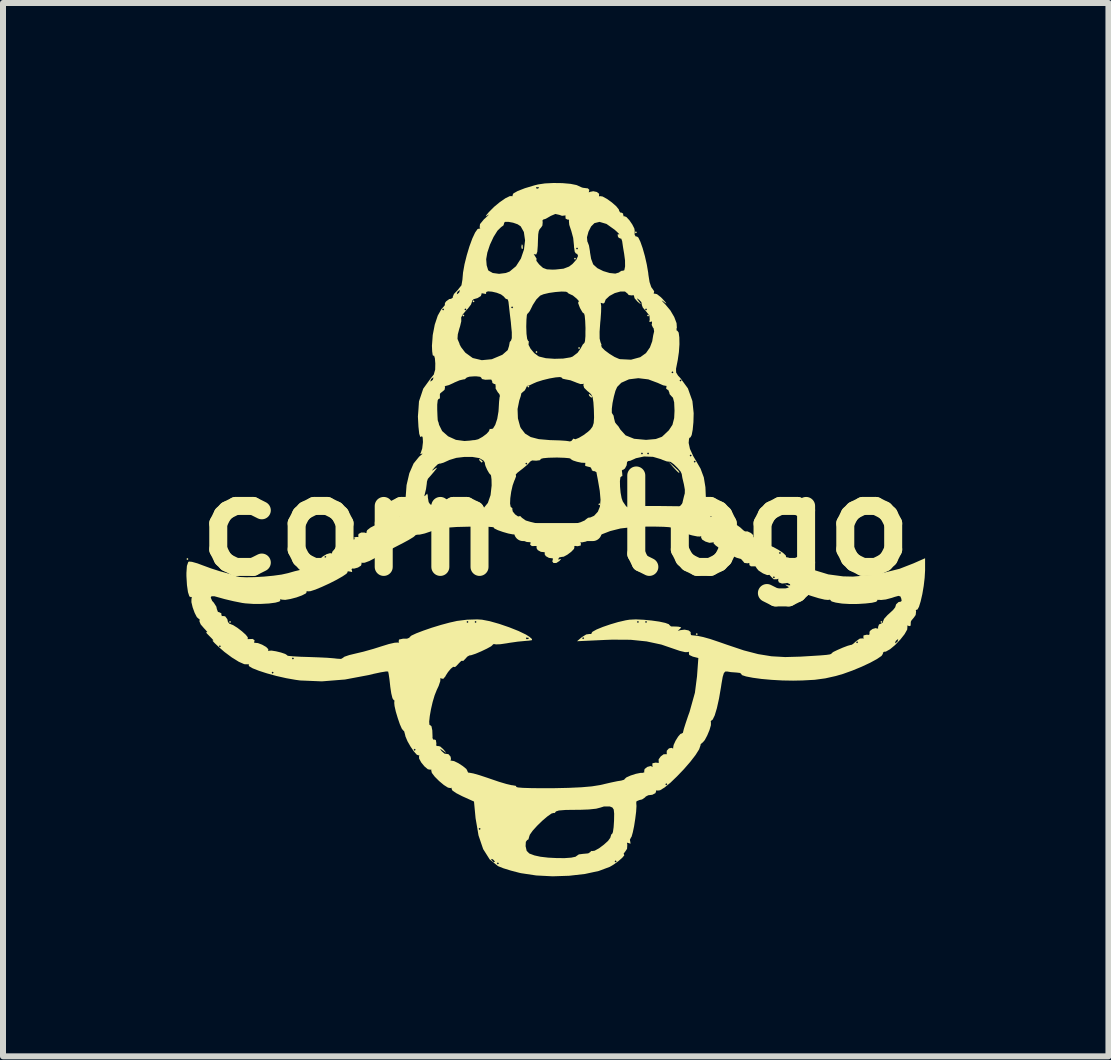
<source format=kicad_pcb>
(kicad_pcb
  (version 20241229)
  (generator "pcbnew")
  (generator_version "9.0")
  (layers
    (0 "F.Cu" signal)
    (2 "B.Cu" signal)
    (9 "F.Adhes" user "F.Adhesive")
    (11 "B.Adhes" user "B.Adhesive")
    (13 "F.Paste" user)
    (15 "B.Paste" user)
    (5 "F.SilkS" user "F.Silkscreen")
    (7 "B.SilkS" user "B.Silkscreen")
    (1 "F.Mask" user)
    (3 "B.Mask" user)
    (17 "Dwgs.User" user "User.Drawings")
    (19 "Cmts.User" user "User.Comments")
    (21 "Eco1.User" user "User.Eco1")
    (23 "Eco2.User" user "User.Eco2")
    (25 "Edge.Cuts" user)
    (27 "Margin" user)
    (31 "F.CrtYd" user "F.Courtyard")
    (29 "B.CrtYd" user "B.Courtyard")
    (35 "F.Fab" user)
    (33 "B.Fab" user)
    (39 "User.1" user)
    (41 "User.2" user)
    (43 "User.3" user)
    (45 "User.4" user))
  (footprint "corn-logo"
    (layer "F.Cu")
    (at 6.212 5.709)
    (property "Reference" "corn-logo" (at 0 0 0) (layer "F.SilkS") (effects (font (size 1.524 1.524) (thickness 0.3))))
    (attr board_only exclude_from_pos_files)
    (fp_poly (pts (xy -6.122 0.558) (xy -6.139 0.575) (xy -6.156 0.558) (xy -6.139 0.541)) (stroke (width 0) (type solid)) (fill yes) (layer "F.SilkS"))
    (fp_poly (pts (xy -5.411 1.607) (xy -5.428 1.623) (xy -5.445 1.607) (xy -5.428 1.59)) (stroke (width 0) (type solid)) (fill yes) (layer "F.SilkS"))
    (fp_poly (pts (xy -1.522 -3.501) (xy -1.539 -3.484) (xy -1.556 -3.501) (xy -1.539 -3.517)) (stroke (width 0) (type solid)) (fill yes) (layer "F.SilkS"))
    (fp_poly (pts (xy -1.353 -3.737) (xy -1.37 -3.72) (xy -1.387 -3.737) (xy -1.37 -3.754)) (stroke (width 0) (type solid)) (fill yes) (layer "F.SilkS"))
    (fp_poly (pts (xy -0.44 -2.317) (xy -0.457 -2.3) (xy -0.474 -2.317) (xy -0.457 -2.334)) (stroke (width 0) (type solid)) (fill yes) (layer "F.SilkS"))
    (fp_poly (pts (xy -0.304 -2.892) (xy -0.321 -2.875) (xy -0.338 -2.892) (xy -0.321 -2.909)) (stroke (width 0) (type solid)) (fill yes) (layer "F.SilkS"))
    (fp_poly (pts (xy 0.338 -4.448) (xy 0.321 -4.431) (xy 0.304 -4.448) (xy 0.321 -4.464)) (stroke (width 0) (type solid)) (fill yes) (layer "F.SilkS"))
    (fp_poly (pts (xy 0.406 -2.959) (xy 0.389 -2.942) (xy 0.372 -2.959) (xy 0.389 -2.976)) (stroke (width 0) (type solid)) (fill yes) (layer "F.SilkS"))
    (fp_poly (pts (xy 0.744 -0.355) (xy 0.727 -0.338) (xy 0.71 -0.355) (xy 0.727 -0.372)) (stroke (width 0) (type solid)) (fill yes) (layer "F.SilkS"))
    (fp_poly (pts (xy 1.353 -4.887) (xy 1.336 -4.87) (xy 1.319 -4.887) (xy 1.336 -4.904)) (stroke (width 0) (type solid)) (fill yes) (layer "F.SilkS"))
    (fp_poly (pts (xy 1.556 -3.501) (xy 1.539 -3.484) (xy 1.522 -3.501) (xy 1.539 -3.517)) (stroke (width 0) (type solid)) (fill yes) (layer "F.SilkS"))
    (fp_poly (pts (xy 2.368 1.809) (xy 2.351 1.826) (xy 2.334 1.809) (xy 2.351 1.793)) (stroke (width 0) (type solid)) (fill yes) (layer "F.SilkS"))
    (fp_poly (pts (xy 5.445 1.607) (xy 5.428 1.623) (xy 5.411 1.607) (xy 5.428 1.59)) (stroke (width 0) (type solid)) (fill yes) (layer "F.SilkS"))
    (fp_poly (pts (xy -0.552 -4.674) (xy -0.548 -4.621) (xy -0.555 -4.609) (xy -0.57 -4.619) (xy -0.572 -4.653) (xy -0.564 -4.689)) (stroke (width 0) (type solid)) (fill yes) (layer "F.SilkS"))
    (fp_poly (pts (xy -1.257 -1.102) (xy -1.221 -1.071) (xy -1.218 -1.063) (xy -1.234 -1.049) (xy -1.267 -1.081) (xy -1.272 -1.088) (xy -1.276 -1.111)) (stroke (width 0) (type solid)) (fill yes) (layer "F.SilkS"))
    (fp_poly (pts (xy 0.57 -2.185) (xy 0.606 -2.151) (xy 0.599 -2.131) (xy 0.594 -2.131) (xy 0.565 -2.155) (xy 0.555 -2.17) (xy 0.551 -2.193)) (stroke (width 0) (type solid)) (fill yes) (layer "F.SilkS"))
    (fp_poly (pts (xy 1.97 -0.983) (xy 2.041 -0.917) (xy 2.063 -0.885) (xy 2.052 -0.879) (xy 2.025 -0.902) (xy 1.972 -0.958) (xy 1.959 -0.972) (xy 1.877 -1.065)) (stroke (width 0) (type solid)) (fill yes) (layer "F.SilkS"))
    (fp_poly (pts (xy 0.111 -5.707) (xy 0.246 -5.695) (xy 0.346 -5.675) (xy 0.376 -5.662) (xy 0.437 -5.634) (xy 0.457 -5.629) (xy 0.521 -5.621) (xy 0.535 -5.62) (xy 0.561 -5.594) (xy 0.555 -5.575) (xy 0.551 -5.552) (xy 0.57 -5.561) (xy 0.626 -5.572) (xy 0.686 -5.559) (xy 0.724 -5.529) (xy 0.722 -5.505) (xy 0.721 -5.484) (xy 0.736 -5.491) (xy 0.781 -5.484) (xy 0.854 -5.444) (xy 0.936 -5.385) (xy 1.009 -5.321) (xy 1.052 -5.267) (xy 1.057 -5.247) (xy 1.074 -5.217) (xy 1.091 -5.217) (xy 1.123 -5.2) (xy 1.124 -5.181) (xy 1.133 -5.152) (xy 1.146 -5.155) (xy 1.179 -5.141) (xy 1.228 -5.088) (xy 1.276 -5.018) (xy 1.31 -4.951) (xy 1.316 -4.915) (xy 1.315 -4.846) (xy 1.336 -4.815) (xy 1.351 -4.819) (xy 1.377 -4.8) (xy 1.411 -4.73) (xy 1.449 -4.622) (xy 1.486 -4.491) (xy 1.518 -4.35) (xy 1.541 -4.215) (xy 1.545 -4.177) (xy 1.564 -4.058) (xy 1.592 -3.974) (xy 1.612 -3.947) (xy 1.641 -3.904) (xy 1.636 -3.882) (xy 1.634 -3.861) (xy 1.647 -3.866) (xy 1.688 -3.856) (xy 1.751 -3.807) (xy 1.779 -3.779) (xy 1.834 -3.717) (xy 1.844 -3.699) (xy 1.81 -3.722) (xy 1.793 -3.736) (xy 1.766 -3.752) (xy 1.786 -3.727) (xy 1.83 -3.682) (xy 1.911 -3.585) (xy 1.975 -3.476) (xy 2.014 -3.373) (xy 2.019 -3.296) (xy 2.013 -3.281) (xy 2.015 -3.25) (xy 2.027 -3.247) (xy 2.049 -3.216) (xy 2.06 -3.135) (xy 2.062 -3.021) (xy 2.053 -2.891) (xy 2.034 -2.76) (xy 2.025 -2.714) (xy 2.005 -2.613) (xy 2.007 -2.551) (xy 2.038 -2.5) (xy 2.077 -2.458) (xy 2.203 -2.286) (xy 2.278 -2.075) (xy 2.299 -1.873) (xy 2.295 -1.724) (xy 2.283 -1.598) (xy 2.266 -1.508) (xy 2.245 -1.468) (xy 2.237 -1.469) (xy 2.222 -1.449) (xy 2.216 -1.383) (xy 2.216 -1.375) (xy 2.237 -1.278) (xy 2.292 -1.157) (xy 2.326 -1.1) (xy 2.414 -0.948) (xy 2.468 -0.803) (xy 2.495 -0.639) (xy 2.503 -0.448) (xy 2.505 -0.318) (xy 2.515 -0.242) (xy 2.535 -0.209) (xy 2.556 -0.203) (xy 2.59 -0.185) (xy 2.584 -0.164) (xy 2.58 -0.141) (xy 2.599 -0.149) (xy 2.655 -0.161) (xy 2.716 -0.147) (xy 2.753 -0.118) (xy 2.752 -0.094) (xy 2.75 -0.073) (xy 2.765 -0.079) (xy 2.817 -0.089) (xy 2.87 -0.074) (xy 2.895 -0.045) (xy 2.892 -0.033) (xy 2.904 -0.019) (xy 2.939 -0.023) (xy 3.014 -0.012) (xy 3.075 0.031) (xy 3.127 0.079) (xy 3.154 0.097) (xy 3.198 0.098) (xy 3.253 0.124) (xy 3.291 0.159) (xy 3.293 0.177) (xy 3.291 0.197) (xy 3.308 0.19) (xy 3.359 0.189) (xy 3.423 0.218) (xy 3.478 0.262) (xy 3.498 0.305) (xy 3.495 0.313) (xy 3.495 0.333) (xy 3.511 0.325) (xy 3.554 0.329) (xy 3.628 0.359) (xy 3.712 0.405) (xy 3.788 0.455) (xy 3.834 0.498) (xy 3.839 0.518) (xy 3.838 0.529) (xy 3.842 0.527) (xy 3.879 0.535) (xy 3.959 0.569) (xy 4.064 0.623) (xy 4.074 0.628) (xy 4.314 0.744) (xy 4.543 0.814) (xy 4.789 0.847) (xy 4.953 0.851) (xy 5.342 0.818) (xy 5.73 0.721) (xy 5.961 0.631) (xy 6.156 0.545) (xy 6.156 0.748) (xy 6.149 0.87) (xy 6.133 1.007) (xy 6.11 1.143) (xy 6.082 1.264) (xy 6.054 1.355) (xy 6.028 1.401) (xy 6.018 1.402) (xy 6.001 1.409) (xy 6.006 1.431) (xy 5.999 1.491) (xy 5.97 1.533) (xy 5.928 1.583) (xy 5.918 1.605) (xy 5.915 1.669) (xy 5.891 1.677) (xy 5.88 1.671) (xy 5.856 1.667) (xy 5.862 1.682) (xy 5.858 1.733) (xy 5.814 1.811) (xy 5.743 1.901) (xy 5.658 1.99) (xy 5.573 2.061) (xy 5.502 2.101) (xy 5.471 2.104) (xy 5.452 2.122) (xy 5.454 2.136) (xy 5.43 2.173) (xy 5.354 2.225) (xy 5.24 2.287) (xy 5.099 2.353) (xy 4.944 2.417) (xy 4.788 2.473) (xy 4.667 2.508) (xy 4.493 2.547) (xy 4.316 2.571) (xy 4.11 2.582) (xy 3.957 2.585) (xy 3.78 2.582) (xy 3.601 2.572) (xy 3.432 2.557) (xy 3.285 2.537) (xy 3.172 2.515) (xy 3.104 2.493) (xy 3.092 2.474) (xy 3.073 2.457) (xy 3.015 2.45) (xy 2.92 2.443) (xy 2.86 2.433) (xy 2.827 2.433) (xy 2.803 2.458) (xy 2.783 2.522) (xy 2.763 2.636) (xy 2.755 2.689) (xy 2.722 2.882) (xy 2.686 3.044) (xy 2.65 3.164) (xy 2.616 3.234) (xy 2.597 3.247) (xy 2.582 3.268) (xy 2.587 3.28) (xy 2.586 3.328) (xy 2.563 3.408) (xy 2.525 3.499) (xy 2.484 3.576) (xy 2.449 3.617) (xy 2.443 3.619) (xy 2.415 3.646) (xy 2.413 3.664) (xy 2.39 3.73) (xy 2.33 3.825) (xy 2.242 3.939) (xy 2.136 4.061) (xy 2.022 4.18) (xy 1.912 4.286) (xy 1.814 4.366) (xy 1.739 4.412) (xy 1.704 4.417) (xy 1.67 4.415) (xy 1.673 4.429) (xy 1.662 4.46) (xy 1.61 4.487) (xy 1.543 4.495) (xy 1.543 4.495) (xy 1.5 4.517) (xy 1.489 4.531) (xy 1.439 4.565) (xy 1.396 4.575) (xy 1.347 4.595) (xy 1.342 4.62) (xy 1.346 4.675) (xy 1.34 4.772) (xy 1.325 4.89) (xy 1.306 5.012) (xy 1.284 5.116) (xy 1.264 5.186) (xy 1.253 5.202) (xy 1.236 5.237) (xy 1.242 5.267) (xy 1.247 5.303) (xy 1.218 5.293) (xy 1.187 5.285) (xy 1.193 5.32) (xy 1.189 5.387) (xy 1.163 5.427) (xy 1.132 5.468) (xy 1.136 5.479) (xy 1.143 5.496) (xy 1.108 5.538) (xy 1.044 5.594) (xy 0.966 5.65) (xy 0.902 5.688) (xy 0.718 5.757) (xy 0.487 5.807) (xy 0.224 5.837) (xy -0.052 5.846) (xy -0.325 5.832) (xy -0.578 5.794) (xy -0.609 5.787) (xy -0.747 5.751) (xy -0.873 5.712) (xy -0.96 5.677) (xy -0.964 5.675) (xy -1.018 5.631) (xy -0.981 5.631) (xy -0.964 5.648) (xy -0.947 5.631) (xy -0.964 5.614) (xy -0.981 5.631) (xy -1.018 5.631) (xy -1.101 5.564) (xy -1.106 5.556) (xy -1.077 5.556) (xy -1.069 5.575) (xy -1.035 5.612) (xy -1.015 5.604) (xy -1.015 5.599) (xy -1.016 5.597) (xy 0.981 5.597) (xy 0.998 5.614) (xy 1.015 5.597) (xy 0.998 5.581) (xy 0.981 5.597) (xy -1.016 5.597) (xy -1.039 5.571) (xy -1.054 5.56) (xy -1.077 5.556) (xy -1.106 5.556) (xy -1.209 5.393) (xy -1.226 5.344) (xy -0.502 5.344) (xy -0.501 5.349) (xy -0.484 5.422) (xy -0.44 5.466) (xy -0.355 5.498) (xy -0.254 5.52) (xy -0.125 5.535) (xy 0.015 5.542) (xy 0.148 5.543) (xy 0.259 5.535) (xy 0.33 5.52) (xy 0.346 5.508) (xy 0.385 5.481) (xy 0.462 5.471) (xy 0.467 5.471) (xy 0.541 5.464) (xy 0.575 5.443) (xy 0.575 5.441) (xy 0.595 5.422) (xy 0.605 5.426) (xy 0.649 5.419) (xy 0.722 5.379) (xy 0.802 5.319) (xy 0.872 5.256) (xy 0.91 5.203) (xy 0.913 5.191) (xy 0.927 5.146) (xy 0.939 5.141) (xy 0.953 5.11) (xy 0.965 5.029) (xy 0.972 4.921) (xy 0.974 4.802) (xy 0.967 4.734) (xy 0.945 4.7) (xy 0.904 4.683) (xy 0.898 4.682) (xy 0.804 4.682) (xy 0.744 4.701) (xy 0.675 4.719) (xy 0.553 4.732) (xy 0.396 4.738) (xy 0.335 4.738) (xy 0.166 4.74) (xy 0.053 4.749) (xy 0.003 4.765) (xy 0 4.771) (xy -0.019 4.793) (xy -0.029 4.789) (xy -0.069 4.799) (xy -0.139 4.848) (xy -0.225 4.921) (xy -0.311 5.005) (xy -0.385 5.087) (xy -0.431 5.152) (xy -0.44 5.178) (xy -0.455 5.231) (xy -0.476 5.242) (xy -0.498 5.272) (xy -0.502 5.344) (xy -1.226 5.344) (xy -1.287 5.164) (xy -1.305 5.056) (xy -1.285 5.056) (xy -1.268 5.073) (xy -1.251 5.056) (xy -1.268 5.039) (xy -1.285 5.056) (xy -1.305 5.056) (xy -1.336 4.877) (xy -1.339 4.845) (xy -1.362 4.6) (xy -1.559 4.511) (xy -1.66 4.459) (xy -1.723 4.415) (xy -1.736 4.387) (xy -1.736 4.369) (xy -1.753 4.376) (xy -1.796 4.368) (xy -1.865 4.324) (xy -1.944 4.258) (xy -2.016 4.186) (xy -2.065 4.122) (xy -2.074 4.083) (xy -2.075 4.064) (xy -2.089 4.07) (xy -2.131 4.062) (xy -2.188 4.014) (xy -2.242 3.948) (xy -2.277 3.883) (xy -2.278 3.844) (xy -2.273 3.823) (xy -2.284 3.831) (xy -2.315 3.82) (xy -2.364 3.765) (xy -2.383 3.737) (xy -2.368 3.737) (xy -2.351 3.754) (xy -2.334 3.737) (xy -2.351 3.72) (xy -2.368 3.737) (xy -2.383 3.737) (xy -2.419 3.685) (xy -2.47 3.596) (xy -2.504 3.516) (xy -2.512 3.48) (xy -2.527 3.427) (xy -2.541 3.416) (xy -2.565 3.386) (xy -2.598 3.311) (xy -2.633 3.209) (xy -2.665 3.102) (xy -2.686 3.009) (xy -2.692 2.951) (xy -2.689 2.943) (xy -2.69 2.911) (xy -2.701 2.909) (xy -2.721 2.878) (xy -2.741 2.797) (xy -2.758 2.683) (xy -2.758 2.68) (xy -2.771 2.563) (xy -2.784 2.474) (xy -2.793 2.433) (xy -2.828 2.432) (xy -2.914 2.446) (xy -3.036 2.472) (xy -3.118 2.492) (xy -3.511 2.566) (xy -3.898 2.597) (xy -4.26 2.582) (xy -4.333 2.572) (xy -4.492 2.544) (xy -4.656 2.507) (xy -4.812 2.464) (xy -4.85 2.452) (xy -4.735 2.452) (xy -4.718 2.469) (xy -4.701 2.452) (xy -4.718 2.435) (xy -4.735 2.452) (xy -4.85 2.452) (xy -4.948 2.42) (xy -5.052 2.379) (xy -5.111 2.344) (xy -5.118 2.324) (xy -5.118 2.306) (xy -5.135 2.313) (xy -5.19 2.311) (xy -5.281 2.271) (xy -5.371 2.215) (xy -4.397 2.215) (xy -4.38 2.232) (xy -4.363 2.215) (xy -4.38 2.198) (xy -4.397 2.215) (xy -5.371 2.215) (xy -5.396 2.2) (xy -5.521 2.107) (xy -5.614 2.026) (xy -5.629 2.012) (xy -5.614 2.012) (xy -5.597 2.029) (xy -5.581 2.012) (xy -5.597 1.995) (xy -5.614 2.012) (xy -5.629 2.012) (xy -5.685 1.959) (xy -5.72 1.92) (xy -5.715 1.916) (xy -5.704 1.914) (xy -5.737 1.877) (xy -5.765 1.849) (xy -5.816 1.797) (xy -5.828 1.775) (xy -5.817 1.778) (xy -5.806 1.775) (xy -5.839 1.736) (xy -5.861 1.713) (xy -5.917 1.648) (xy -5.938 1.598) (xy -5.936 1.589) (xy -5.937 1.558) (xy -5.948 1.556) (xy -5.981 1.527) (xy -6.018 1.455) (xy -6.051 1.364) (xy -6.072 1.277) (xy -6.071 1.219) (xy -6.069 1.215) (xy -6.066 1.2) (xy -5.75 1.2) (xy -5.726 1.256) (xy -5.699 1.285) (xy -5.656 1.352) (xy -5.648 1.391) (xy -5.63 1.439) (xy -5.606 1.446) (xy -5.573 1.463) (xy -5.573 1.482) (xy -5.564 1.511) (xy -5.55 1.507) (xy -5.509 1.513) (xy -5.473 1.561) (xy -5.463 1.607) (xy -5.436 1.639) (xy -5.427 1.64) (xy -5.378 1.659) (xy -5.306 1.704) (xy -5.229 1.763) (xy -5.165 1.821) (xy -5.132 1.863) (xy -5.133 1.875) (xy -5.134 1.894) (xy -5.124 1.893) (xy -5.052 1.89) (xy -5.019 1.911) (xy -5.023 1.929) (xy -5.026 1.955) (xy -5.017 1.954) (xy -4.963 1.959) (xy -4.892 1.986) (xy -4.826 2.024) (xy -4.791 2.06) (xy -4.791 2.072) (xy -4.792 2.092) (xy -4.78 2.087) (xy -4.737 2.084) (xy -4.662 2.096) (xy -4.579 2.116) (xy -4.509 2.14) (xy -4.476 2.161) (xy -4.477 2.166) (xy -4.452 2.173) (xy -4.372 2.18) (xy -4.25 2.187) (xy -4.115 2.191) (xy -3.952 2.197) (xy -3.806 2.204) (xy -3.695 2.213) (xy -3.644 2.219) (xy -3.578 2.223) (xy -3.551 2.208) (xy -3.521 2.186) (xy -3.442 2.159) (xy -3.347 2.136) (xy -3.204 2.102) (xy -3.037 2.055) (xy -2.901 2.012) (xy -2.781 1.975) (xy -2.685 1.953) (xy -2.631 1.95) (xy -2.627 1.951) (xy -2.61 1.95) (xy -2.618 1.933) (xy -2.612 1.9) (xy -2.542 1.885) (xy -2.477 1.885) (xy -2.443 1.871) (xy -0.496 1.871) (xy -0.491 1.892) (xy -0.474 1.894) (xy -0.446 1.882) (xy -0.451 1.871) (xy -0.491 1.867) (xy -0.496 1.871) (xy -2.443 1.871) (xy -2.438 1.869) (xy -2.435 1.86) (xy -2.405 1.834) (xy -2.323 1.796) (xy -2.205 1.751) (xy -2.063 1.702) (xy -1.912 1.656) (xy -1.767 1.617) (xy -1.721 1.607) (xy -1.488 1.607) (xy -1.471 1.623) (xy -1.454 1.607) (xy -1.353 1.607) (xy -1.336 1.623) (xy -1.319 1.607) (xy -1.336 1.59) (xy -1.353 1.607) (xy -1.454 1.607) (xy -1.471 1.59) (xy -1.488 1.607) (xy -1.721 1.607) (xy -1.646 1.59) (xy -1.477 1.569) (xy -1.308 1.564) (xy -1.229 1.569) (xy -1.1 1.594) (xy -0.941 1.639) (xy -0.775 1.696) (xy -0.619 1.758) (xy -0.495 1.818) (xy -0.437 1.855) (xy -0.395 1.892) (xy -0.397 1.911) (xy -0.453 1.919) (xy -0.507 1.923) (xy -0.632 1.935) (xy -0.773 1.955) (xy -0.819 1.963) (xy -0.922 1.978) (xy -0.997 1.981) (xy -1.018 1.976) (xy -1.047 1.979) (xy -1.048 1.987) (xy -1.077 2.013) (xy -1.148 2.052) (xy -1.24 2.096) (xy -1.334 2.136) (xy -1.409 2.161) (xy -1.439 2.165) (xy -1.474 2.185) (xy -1.507 2.222) (xy -1.543 2.258) (xy -1.555 2.254) (xy -1.574 2.256) (xy -1.618 2.299) (xy -1.622 2.305) (xy -1.668 2.352) (xy -1.69 2.359) (xy -1.69 2.358) (xy -1.708 2.354) (xy -1.749 2.387) (xy -1.795 2.442) (xy -1.832 2.499) (xy -1.838 2.513) (xy -1.874 2.555) (xy -1.902 2.55) (xy -1.928 2.542) (xy -1.922 2.551) (xy -1.924 2.593) (xy -1.951 2.673) (xy -1.983 2.741) (xy -2.018 2.829) (xy -2.051 2.94) (xy -2.079 3.061) (xy -2.099 3.175) (xy -2.109 3.267) (xy -2.105 3.321) (xy -2.091 3.328) (xy -2.071 3.345) (xy -2.057 3.413) (xy -2.053 3.518) (xy -2.054 3.542) (xy -2.038 3.57) (xy -2.025 3.566) (xy -1.998 3.575) (xy -1.989 3.63) (xy -1.992 3.664) (xy -1.977 3.677) (xy -1.967 3.673) (xy -1.926 3.682) (xy -1.873 3.729) (xy -1.831 3.78) (xy -1.834 3.785) (xy -1.877 3.754) (xy -1.923 3.721) (xy -1.921 3.733) (xy -1.899 3.762) (xy -1.852 3.802) (xy -1.826 3.805) (xy -1.787 3.811) (xy -1.752 3.852) (xy -1.745 3.896) (xy -1.751 3.904) (xy -1.752 3.92) (xy -1.742 3.918) (xy -1.694 3.926) (xy -1.622 3.961) (xy -1.547 4.01) (xy -1.489 4.058) (xy -1.471 4.092) (xy -1.472 4.093) (xy -1.46 4.117) (xy -1.43 4.121) (xy -1.372 4.132) (xy -1.27 4.161) (xy -1.14 4.204) (xy -1.082 4.224) (xy -0.944 4.271) (xy -0.823 4.307) (xy -0.737 4.327) (xy -0.717 4.329) (xy -0.663 4.339) (xy -0.656 4.357) (xy -0.629 4.365) (xy -0.545 4.372) (xy -0.414 4.376) (xy -0.246 4.378) (xy -0.057 4.378) (xy 0.215 4.372) (xy 0.431 4.362) (xy 0.602 4.347) (xy 0.74 4.325) (xy 0.795 4.313) (xy 0.796 4.312) (xy 1.826 4.312) (xy 1.843 4.329) (xy 1.86 4.312) (xy 1.843 4.295) (xy 1.826 4.312) (xy 0.796 4.312) (xy 0.921 4.283) (xy 1.026 4.261) (xy 1.09 4.251) (xy 1.091 4.251) (xy 1.141 4.236) (xy 1.15 4.223) (xy 1.179 4.197) (xy 1.249 4.166) (xy 1.336 4.138) (xy 1.414 4.122) (xy 1.449 4.122) (xy 1.478 4.112) (xy 1.474 4.096) (xy 1.481 4.058) (xy 1.526 4.023) (xy 1.581 4.008) (xy 1.607 4.018) (xy 1.619 4.017) (xy 1.61 3.999) (xy 1.612 3.962) (xy 1.667 3.951) (xy 1.708 3.956) (xy 1.723 3.946) (xy 1.716 3.937) (xy 1.715 3.897) (xy 1.75 3.848) (xy 1.799 3.812) (xy 1.836 3.811) (xy 1.855 3.81) (xy 1.849 3.797) (xy 1.851 3.753) (xy 1.887 3.714) (xy 1.932 3.705) (xy 1.942 3.712) (xy 1.959 3.714) (xy 1.957 3.703) (xy 1.965 3.657) (xy 1.997 3.587) (xy 2.04 3.518) (xy 2.079 3.473) (xy 2.098 3.467) (xy 2.12 3.454) (xy 2.123 3.44) (xy 2.135 3.391) (xy 2.165 3.296) (xy 2.207 3.171) (xy 2.23 3.108) (xy 2.32 2.786) (xy 2.355 2.512) (xy 2.377 2.208) (xy 2.286 2.185) (xy 2.225 2.157) (xy 2.219 2.125) (xy 2.222 2.102) (xy 2.206 2.109) (xy 2.156 2.11) (xy 2.068 2.089) (xy 2.006 2.068) (xy 1.761 1.984) (xy 1.514 1.931) (xy 1.248 1.904) (xy 0.942 1.902) (xy 0.831 1.906) (xy 0.355 1.928) (xy 0.415 1.877) (xy 0.44 1.877) (xy 0.457 1.894) (xy 0.474 1.877) (xy 0.457 1.86) (xy 0.44 1.877) (xy 0.415 1.877) (xy 0.437 1.859) (xy 0.508 1.815) (xy 0.565 1.807) (xy 0.565 1.808) (xy 0.597 1.808) (xy 0.594 1.796) (xy 0.613 1.77) (xy 0.682 1.732) (xy 0.787 1.689) (xy 0.913 1.646) (xy 1.045 1.607) (xy 1.047 1.607) (xy 1.353 1.607) (xy 1.37 1.623) (xy 1.387 1.607) (xy 1.488 1.607) (xy 1.505 1.623) (xy 1.522 1.607) (xy 1.505 1.59) (xy 1.488 1.607) (xy 1.387 1.607) (xy 1.37 1.59) (xy 1.353 1.607) (xy 1.047 1.607) (xy 1.168 1.579) (xy 1.231 1.569) (xy 1.335 1.564) (xy 1.463 1.57) (xy 1.599 1.583) (xy 1.726 1.601) (xy 1.827 1.623) (xy 1.886 1.645) (xy 1.894 1.657) (xy 1.921 1.681) (xy 1.936 1.682) (xy 2.005 1.683) (xy 2.046 1.686) (xy 2.091 1.696) (xy 2.074 1.72) (xy 2.063 1.729) (xy 2.034 1.753) (xy 2.064 1.748) (xy 2.076 1.744) (xy 2.148 1.735) (xy 2.214 1.748) (xy 2.25 1.776) (xy 2.248 1.795) (xy 2.255 1.825) (xy 2.273 1.829) (xy 2.361 1.838) (xy 2.457 1.858) (xy 2.575 1.891) (xy 2.732 1.944) (xy 2.858 1.988) (xy 3.135 2.081) (xy 3.374 2.143) (xy 3.596 2.179) (xy 3.824 2.192) (xy 4.076 2.185) (xy 4.077 2.185) (xy 4.276 2.173) (xy 4.417 2.164) (xy 4.511 2.156) (xy 4.566 2.148) (xy 4.592 2.139) (xy 4.6 2.129) (xy 4.6 2.127) (xy 4.628 2.106) (xy 4.697 2.073) (xy 4.784 2.035) (xy 4.866 2.004) (xy 4.92 1.989) (xy 4.929 1.989) (xy 4.956 1.973) (xy 4.987 1.945) (xy 5.006 1.945) (xy 5.023 1.962) (xy 5.025 1.959) (xy 5.656 1.959) (xy 5.661 1.962) (xy 5.692 1.938) (xy 5.699 1.928) (xy 5.708 1.896) (xy 5.703 1.894) (xy 5.672 1.918) (xy 5.665 1.928) (xy 5.656 1.959) (xy 5.025 1.959) (xy 5.039 1.945) (xy 5.023 1.928) (xy 5.006 1.945) (xy 4.987 1.945) (xy 5.007 1.927) (xy 5.068 1.884) (xy 5.114 1.881) (xy 5.135 1.884) (xy 5.127 1.865) (xy 5.13 1.831) (xy 5.185 1.819) (xy 5.219 1.823) (xy 5.233 1.807) (xy 5.227 1.795) (xy 5.235 1.758) (xy 5.28 1.724) (xy 5.334 1.709) (xy 5.359 1.718) (xy 5.374 1.714) (xy 5.372 1.693) (xy 5.388 1.648) (xy 5.411 1.64) (xy 5.452 1.617) (xy 5.455 1.599) (xy 5.473 1.555) (xy 5.53 1.492) (xy 5.556 1.469) (xy 5.622 1.408) (xy 5.657 1.364) (xy 5.66 1.356) (xy 5.673 1.313) (xy 5.714 1.275) (xy 5.75 1.269) (xy 5.765 1.256) (xy 5.76 1.22) (xy 5.745 1.182) (xy 5.713 1.172) (xy 5.647 1.19) (xy 5.603 1.205) (xy 5.502 1.232) (xy 5.421 1.241) (xy 5.403 1.239) (xy 5.361 1.238) (xy 5.36 1.25) (xy 5.341 1.27) (xy 5.271 1.287) (xy 5.164 1.299) (xy 5.036 1.307) (xy 4.903 1.308) (xy 4.78 1.301) (xy 4.769 1.3) (xy 4.666 1.284) (xy 4.599 1.265) (xy 4.584 1.25) (xy 4.571 1.235) (xy 4.539 1.24) (xy 4.483 1.235) (xy 4.382 1.211) (xy 4.255 1.172) (xy 4.119 1.125) (xy 3.994 1.077) (xy 3.897 1.032) (xy 3.868 1.016) (xy 3.826 0.987) (xy 3.841 0.987) (xy 3.866 0.995) (xy 3.908 0.997) (xy 3.905 0.978) (xy 3.859 0.956) (xy 3.835 0.961) (xy 3.771 0.967) (xy 3.719 0.947) (xy 3.706 0.911) (xy 3.709 0.904) (xy 3.71 0.885) (xy 3.687 0.896) (xy 3.632 0.895) (xy 3.598 0.862) (xy 3.619 0.862) (xy 3.636 0.879) (xy 3.653 0.862) (xy 3.636 0.846) (xy 3.619 0.862) (xy 3.598 0.862) (xy 3.597 0.861) (xy 3.562 0.822) (xy 3.551 0.823) (xy 3.525 0.826) (xy 3.462 0.801) (xy 3.45 0.795) (xy 3.381 0.75) (xy 3.349 0.712) (xy 3.348 0.709) (xy 3.329 0.68) (xy 3.323 0.68) (xy 3.253 0.68) (xy 3.225 0.657) (xy 3.23 0.643) (xy 3.224 0.624) (xy 3.198 0.63) (xy 3.144 0.623) (xy 3.127 0.601) (xy 3.088 0.557) (xy 3.068 0.552) (xy 3.013 0.536) (xy 2.928 0.496) (xy 2.857 0.457) (xy 3.72 0.457) (xy 3.737 0.474) (xy 3.754 0.457) (xy 3.737 0.44) (xy 3.72 0.457) (xy 2.857 0.457) (xy 2.831 0.442) (xy 2.738 0.384) (xy 2.665 0.332) (xy 2.63 0.296) (xy 2.63 0.288) (xy 2.631 0.275) (xy 2.615 0.282) (xy 2.562 0.288) (xy 2.495 0.267) (xy 2.44 0.233) (xy 2.422 0.197) (xy 2.425 0.193) (xy 2.423 0.175) (xy 2.407 0.183) (xy 2.361 0.182) (xy 2.273 0.164) (xy 2.164 0.133) (xy 2.057 0.096) (xy 1.97 0.061) (xy 1.928 0.034) (xy 1.889 0.027) (xy 1.797 0.021) (xy 1.665 0.018) (xy 1.506 0.018) (xy 1.505 0.018) (xy 1.27 0.027) (xy 1.079 0.049) (xy 0.908 0.092) (xy 0.735 0.159) (xy 0.586 0.231) (xy 0.498 0.268) (xy 0.436 0.281) (xy 0.422 0.278) (xy 0.411 0.278) (xy 0.419 0.296) (xy 0.417 0.333) (xy 0.363 0.345) (xy 0.321 0.339) (xy 0.306 0.349) (xy 0.312 0.357) (xy 0.305 0.389) (xy 0.258 0.438) (xy 0.194 0.486) (xy 0.133 0.519) (xy 0.099 0.523) (xy 0.06 0.531) (xy 0.048 0.546) (xy 0.044 0.57) (xy 0.071 0.559) (xy 0.091 0.555) (xy 0.062 0.591) (xy 0.01 0.624) (xy -0.038 0.624) (xy -0.058 0.596) (xy -0.049 0.572) (xy -0.048 0.546) (xy -0.057 0.546) (xy -0.113 0.539) (xy -0.165 0.51) (xy -0.186 0.476) (xy -0.183 0.469) (xy -0.184 0.444) (xy -0.192 0.444) (xy -0.248 0.438) (xy -0.3 0.409) (xy -0.321 0.374) (xy -0.319 0.368) (xy -0.319 0.342) (xy -0.327 0.341) (xy -0.398 0.342) (xy -0.427 0.319) (xy -0.422 0.304) (xy -0.419 0.277) (xy -0.429 0.278) (xy -0.482 0.274) (xy -0.554 0.246) (xy -0.619 0.208) (xy -0.654 0.172) (xy -0.654 0.16) (xy -0.654 0.14) (xy -0.667 0.146) (xy -0.711 0.148) (xy -0.789 0.133) (xy -0.88 0.107) (xy -0.965 0.077) (xy -1.023 0.049) (xy -1.034 0.031) (xy -1.059 0.025) (xy -1.139 0.02) (xy -1.263 0.018) (xy -1.419 0.019) (xy -1.447 0.019) (xy -1.651 0.024) (xy -1.806 0.035) (xy -1.928 0.054) (xy -2.036 0.083) (xy -2.076 0.096) (xy -2.183 0.132) (xy -2.266 0.151) (xy -2.301 0.152) (xy -2.336 0.158) (xy -2.339 0.165) (xy -2.373 0.193) (xy -2.452 0.241) (xy -2.561 0.3) (xy -2.591 0.315) (xy -2.736 0.39) (xy -2.887 0.471) (xy -3.007 0.539) (xy -3.106 0.591) (xy -3.185 0.62) (xy -3.221 0.621) (xy -3.241 0.62) (xy -3.235 0.635) (xy -3.245 0.668) (xy -3.296 0.7) (xy -3.36 0.718) (xy -3.393 0.716) (xy -3.404 0.731) (xy -3.396 0.749) (xy -3.393 0.775) (xy -3.429 0.767) (xy -3.468 0.762) (xy -3.468 0.775) (xy -3.487 0.803) (xy -3.554 0.848) (xy -3.654 0.905) (xy -3.772 0.965) (xy -3.894 1.021) (xy -4.004 1.067) (xy -4.088 1.094) (xy -4.13 1.097) (xy -4.155 1.091) (xy -4.149 1.106) (xy -4.166 1.132) (xy -4.23 1.165) (xy -4.321 1.198) (xy -4.42 1.224) (xy -4.508 1.239) (xy -4.564 1.235) (xy -4.567 1.234) (xy -4.595 1.226) (xy -4.588 1.243) (xy -4.604 1.266) (xy -4.672 1.285) (xy -4.778 1.299) (xy -4.907 1.306) (xy -5.044 1.306) (xy -5.173 1.297) (xy -5.225 1.29) (xy -5.37 1.261) (xy -5.518 1.226) (xy -5.589 1.206) (xy -5.687 1.179) (xy -5.736 1.178) (xy -5.75 1.2) (xy -6.066 1.2) (xy -6.063 1.189) (xy -6.078 1.195) (xy -6.106 1.181) (xy -6.129 1.11) (xy -6.146 0.993) (xy -6.155 0.842) (xy -6.155 0.789) (xy -6.147 0.673) (xy -6.125 0.609) (xy -6.113 0.6) (xy -6.062 0.605) (xy -5.97 0.631) (xy -5.882 0.664) (xy -5.743 0.715) (xy -5.597 0.762) (xy -5.526 0.781) (xy -5.424 0.809) (xy -5.348 0.834) (xy -5.327 0.844) (xy -5.269 0.857) (xy -5.161 0.862) (xy -5.019 0.86) (xy -4.862 0.851) (xy -4.706 0.836) (xy -4.568 0.817) (xy -4.465 0.794) (xy -4.464 0.794) (xy -4.352 0.762) (xy -4.26 0.74) (xy -4.222 0.733) (xy -4.18 0.72) (xy -4.179 0.707) (xy -4.162 0.681) (xy -4.104 0.648) (xy -4.03 0.619) (xy -3.964 0.603) (xy -3.94 0.604) (xy -3.925 0.598) (xy -3.932 0.589) (xy -3.927 0.556) (xy -3.892 0.524) (xy -3.856 0.524) (xy -3.839 0.541) (xy -3.822 0.524) (xy -3.839 0.507) (xy -3.856 0.524) (xy -3.892 0.524) (xy -3.881 0.514) (xy -3.818 0.477) (xy -3.76 0.46) (xy -3.739 0.464) (xy -3.722 0.466) (xy -3.729 0.456) (xy -3.717 0.426) (xy -3.661 0.376) (xy -3.578 0.317) (xy -3.483 0.259) (xy -3.408 0.22) (xy -3.382 0.22) (xy -3.365 0.237) (xy -3.348 0.22) (xy -3.365 0.203) (xy -3.382 0.22) (xy -3.408 0.22) (xy -3.395 0.213) (xy -3.329 0.19) (xy -3.307 0.191) (xy -3.286 0.192) (xy -3.292 0.178) (xy -3.287 0.141) (xy -3.242 0.116) (xy -3.186 0.117) (xy -3.171 0.123) (xy -3.15 0.125) (xy -3.156 0.112) (xy -3.143 0.078) (xy -3.089 0.035) (xy -3.016 -0.003) (xy -2.976 -0.016) (xy -2.939 -0.033) (xy -2.863 -0.071) (xy -2.814 -0.096) (xy -2.723 -0.136) (xy -2.655 -0.154) (xy -2.637 -0.151) (xy -2.607 -0.155) (xy -2.604 -0.167) (xy -2.577 -0.199) (xy -2.554 -0.203) (xy -2.527 -0.216) (xy -2.511 -0.264) (xy -2.504 -0.36) (xy -2.503 -0.455) (xy -2.5 -0.489) (xy -2.19 -0.489) (xy -2.177 -0.495) (xy -2.167 -0.507) (xy -2.142 -0.532) (xy -2.132 -0.499) (xy -2.131 -0.467) (xy -2.118 -0.391) (xy -2.092 -0.352) (xy -2.045 -0.343) (xy -1.945 -0.337) (xy -1.807 -0.334) (xy -1.65 -0.334) (xy -1.458 -0.334) (xy -1.332 -0.328) (xy -1.272 -0.315) (xy -1.268 -0.305) (xy -1.27 -0.275) (xy -1.231 -0.278) (xy -1.197 -0.296) (xy -1.14 -0.366) (xy -0.761 -0.366) (xy -0.751 -0.312) (xy -0.74 -0.304) (xy -0.72 -0.284) (xy -0.724 -0.275) (xy -0.716 -0.234) (xy -0.676 -0.185) (xy -0.627 -0.151) (xy -0.608 -0.155) (xy -0.591 -0.158) (xy -0.563 -0.129) (xy -0.499 -0.084) (xy -0.421 -0.061) (xy -0.333 -0.04) (xy -0.278 -0.01) (xy -0.212 0.015) (xy -0.179 0.01) (xy -0.142 0.005) (xy -0.149 0.028) (xy -0.142 0.054) (xy -0.078 0.066) (xy -0.019 0.068) (xy 0.073 0.063) (xy 0.128 0.05) (xy 0.135 0.042) (xy 0.165 0.02) (xy 0.242 -0.007) (xy 0.313 -0.026) (xy 0.414 -0.055) (xy 0.483 -0.085) (xy 0.502 -0.102) (xy 0.54 -0.13) (xy 0.578 -0.135) (xy 0.639 -0.162) (xy 0.7 -0.228) (xy 0.704 -0.235) (xy 0.737 -0.317) (xy 0.747 -0.428) (xy 0.734 -0.578) (xy 0.706 -0.741) (xy 1.07 -0.741) (xy 1.072 -0.649) (xy 1.081 -0.548) (xy 1.098 -0.457) (xy 1.118 -0.401) (xy 1.173 -0.321) (xy 1.222 -0.288) (xy 1.251 -0.303) (xy 1.289 -0.313) (xy 1.382 -0.321) (xy 1.515 -0.326) (xy 1.675 -0.326) (xy 1.684 -0.326) (xy 2.1 -0.321) (xy 2.118 -0.406) (xy 2.138 -0.489) (xy 2.151 -0.536) (xy 2.152 -0.598) (xy 2.136 -0.689) (xy 2.132 -0.705) (xy 2.111 -0.793) (xy 2.101 -0.852) (xy 2.101 -0.857) (xy 2.082 -0.9) (xy 2.031 -0.96) (xy 1.97 -1.02) (xy 1.916 -1.06) (xy 1.893 -1.065) (xy 1.885 -1.065) (xy 2.3 -1.065) (xy 2.317 -1.048) (xy 2.334 -1.065) (xy 2.317 -1.082) (xy 2.3 -1.065) (xy 1.885 -1.065) (xy 1.85 -1.069) (xy 1.774 -1.097) (xy 1.755 -1.106) (xy 1.622 -1.145) (xy 1.472 -1.151) (xy 1.337 -1.122) (xy 1.305 -1.107) (xy 1.241 -1.079) (xy 1.209 -1.075) (xy 1.189 -1.06) (xy 1.189 -1.057) (xy 1.182 -1.004) (xy 1.154 -0.951) (xy 1.122 -0.928) (xy 1.116 -0.93) (xy 1.102 -0.917) (xy 1.108 -0.874) (xy 1.111 -0.825) (xy 1.096 -0.82) (xy 1.078 -0.804) (xy 1.07 -0.741) (xy 0.706 -0.741) (xy 0.699 -0.78) (xy 0.696 -0.795) (xy 0.683 -0.862) (xy 0.679 -0.888) (xy 0.65 -0.906) (xy 0.634 -0.905) (xy 0.601 -0.921) (xy 0.6 -0.939) (xy 0.579 -0.972) (xy 0.539 -0.981) (xy 0.492 -0.994) (xy 0.491 -1.015) (xy 0.494 -1.044) (xy 0.484 -1.045) (xy 0.43 -1.047) (xy 0.355 -1.063) (xy 0.287 -1.085) (xy 0.251 -1.107) (xy 0.251 -1.112) (xy 0.226 -1.122) (xy 0.149 -1.129) (xy 0.035 -1.133) (xy 0 -1.133) (xy -0.121 -1.13) (xy -0.209 -1.122) (xy -0.248 -1.111) (xy -0.248 -1.108) (xy -0.264 -1.089) (xy -0.325 -1.081) (xy -0.394 -1.085) (xy -0.429 -1.064) (xy -0.438 -1.051) (xy -0.478 -1.009) (xy -0.55 -0.949) (xy -0.575 -0.93) (xy -0.64 -0.879) (xy -0.667 -0.849) (xy -0.665 -0.846) (xy -0.661 -0.82) (xy -0.685 -0.757) (xy -0.688 -0.753) (xy -0.718 -0.669) (xy -0.742 -0.564) (xy -0.757 -0.457) (xy -0.761 -0.366) (xy -1.14 -0.366) (xy -1.131 -0.377) (xy -1.086 -0.507) (xy -1.068 -0.668) (xy -1.07 -0.767) (xy -1.078 -0.832) (xy -1.085 -0.846) (xy -1.109 -0.871) (xy -1.142 -0.928) (xy -1.17 -0.991) (xy -1.181 -1.031) (xy -1.181 -1.032) (xy -0.507 -1.032) (xy -0.49 -1.015) (xy -0.474 -1.032) (xy -0.49 -1.048) (xy -0.507 -1.032) (xy -1.181 -1.032) (xy -1.178 -1.035) (xy -1.187 -1.059) (xy -1.207 -1.086) (xy -1.274 -1.124) (xy -1.386 -1.143) (xy -1.52 -1.144) (xy -1.656 -1.128) (xy -1.771 -1.093) (xy -1.786 -1.086) (xy -1.87 -1.048) (xy -1.925 -1.032) (xy -1.935 -1.033) (xy -1.965 -1.022) (xy -2.015 -0.973) (xy -2.058 -0.922) (xy -2.056 -0.916) (xy -2.012 -0.947) (xy -1.979 -0.966) (xy -1.99 -0.944) (xy -2.029 -0.896) (xy -2.088 -0.827) (xy -2.127 -0.783) (xy -2.131 -0.778) (xy -2.146 -0.734) (xy -2.15 -0.693) (xy -2.162 -0.607) (xy -2.178 -0.541) (xy -2.19 -0.489) (xy -2.5 -0.489) (xy -2.486 -0.674) (xy -2.44 -0.871) (xy -2.369 -1.034) (xy -2.278 -1.146) (xy -2.273 -1.151) (xy -2.254 -1.167) (xy 2.232 -1.167) (xy 2.249 -1.15) (xy 2.266 -1.167) (xy 2.249 -1.184) (xy 2.232 -1.167) (xy -2.254 -1.167) (xy -2.225 -1.191) (xy -2.222 -1.201) (xy 1.421 -1.201) (xy 1.437 -1.184) (xy 1.454 -1.201) (xy 1.522 -1.201) (xy 1.539 -1.184) (xy 1.556 -1.201) (xy 1.539 -1.218) (xy 1.522 -1.201) (xy 1.454 -1.201) (xy 1.437 -1.218) (xy 1.421 -1.201) (xy -2.222 -1.201) (xy -2.222 -1.201) (xy -2.229 -1.198) (xy -2.259 -1.19) (xy -2.246 -1.221) (xy -2.225 -1.285) (xy -2.214 -1.38) (xy -2.213 -1.395) (xy -2.217 -1.467) (xy -2.229 -1.49) (xy -2.234 -1.485) (xy -2.257 -1.476) (xy -2.275 -1.53) (xy -2.288 -1.649) (xy -2.297 -1.816) (xy -2.288 -1.934) (xy -1.975 -1.934) (xy -1.971 -1.83) (xy -1.967 -1.76) (xy -1.963 -1.742) (xy -1.952 -1.714) (xy -1.945 -1.68) (xy -1.893 -1.575) (xy -1.793 -1.487) (xy -1.663 -1.428) (xy -1.522 -1.409) (xy -1.519 -1.409) (xy -1.436 -1.415) (xy -1.389 -1.421) (xy -1.387 -1.422) (xy -1.345 -1.425) (xy -1.292 -1.438) (xy -1.22 -1.478) (xy -1.152 -1.529) (xy -1.112 -1.574) (xy -1.108 -1.588) (xy -1.098 -1.613) (xy -1.085 -1.608) (xy -1.046 -1.616) (xy -1.008 -1.678) (xy -0.975 -1.777) (xy -0.954 -1.901) (xy -0.951 -1.942) (xy -0.636 -1.942) (xy -0.63 -1.785) (xy -0.592 -1.646) (xy -0.579 -1.621) (xy -0.511 -1.533) (xy -0.417 -1.475) (xy -0.283 -1.44) (xy -0.098 -1.424) (xy -0.066 -1.423) (xy 0.066 -1.419) (xy 0.169 -1.412) (xy 0.227 -1.404) (xy 0.234 -1.401) (xy 0.262 -1.41) (xy 0.276 -1.428) (xy 0.3 -1.452) (xy 0.304 -1.445) (xy 0.328 -1.438) (xy 0.387 -1.462) (xy 0.463 -1.507) (xy 0.538 -1.563) (xy 0.576 -1.598) (xy 0.613 -1.648) (xy 0.633 -1.709) (xy 0.639 -1.801) (xy 0.636 -1.923) (xy 0.635 -1.947) (xy 0.935 -1.947) (xy 0.935 -1.879) (xy 0.946 -1.86) (xy 0.964 -1.832) (xy 0.972 -1.787) (xy 0.989 -1.72) (xy 1.008 -1.694) (xy 1.046 -1.651) (xy 1.077 -1.6) (xy 1.165 -1.503) (xy 1.307 -1.446) (xy 1.503 -1.428) (xy 1.508 -1.428) (xy 1.668 -1.442) (xy 1.767 -1.478) (xy 1.778 -1.486) (xy 1.885 -1.587) (xy 1.946 -1.68) (xy 1.974 -1.791) (xy 1.98 -1.913) (xy 1.974 -2.053) (xy 1.954 -2.13) (xy 1.938 -2.146) (xy 1.898 -2.19) (xy 1.894 -2.214) (xy 1.875 -2.26) (xy 1.858 -2.266) (xy 1.838 -2.287) (xy 1.844 -2.301) (xy 1.847 -2.328) (xy 1.837 -2.328) (xy 1.791 -2.337) (xy 1.716 -2.37) (xy 1.707 -2.375) (xy 1.591 -2.418) (xy 2.063 -2.418) (xy 2.08 -2.401) (xy 2.097 -2.418) (xy 2.08 -2.435) (xy 2.063 -2.418) (xy 1.591 -2.418) (xy 1.544 -2.436) (xy 1.377 -2.456) (xy 1.221 -2.437) (xy 1.093 -2.38) (xy 1.024 -2.31) (xy 0.995 -2.245) (xy 0.969 -2.149) (xy 0.947 -2.043) (xy 0.935 -1.947) (xy 0.635 -1.947) (xy 0.628 -2.054) (xy 0.615 -2.137) (xy 0.589 -2.189) (xy 0.545 -2.229) (xy 0.532 -2.238) (xy 0.474 -2.295) (xy 0.46 -2.342) (xy 0.462 -2.345) (xy 0.468 -2.367) (xy 0.458 -2.36) (xy 0.412 -2.358) (xy 0.339 -2.384) (xy 0.336 -2.386) (xy 0.245 -2.421) (xy 0.171 -2.435) (xy 0.115 -2.447) (xy 0.101 -2.465) (xy 0.072 -2.475) (xy -0.003 -2.469) (xy -0.105 -2.451) (xy -0.215 -2.424) (xy -0.314 -2.393) (xy -0.372 -2.368) (xy -0.439 -2.336) (xy -0.474 -2.328) (xy -0.49 -2.308) (xy -0.49 -2.299) (xy -0.516 -2.252) (xy -0.536 -2.236) (xy -0.573 -2.204) (xy -0.575 -2.195) (xy -0.583 -2.157) (xy -0.607 -2.085) (xy -0.608 -2.081) (xy -0.636 -1.942) (xy -0.951 -1.942) (xy -0.95 -1.961) (xy -0.944 -2.065) (xy -0.936 -2.138) (xy -0.93 -2.159) (xy -0.939 -2.19) (xy -0.967 -2.224) (xy -1.002 -2.284) (xy -1.001 -2.321) (xy -1.006 -2.357) (xy -1.024 -2.359) (xy -1.056 -2.376) (xy -1.056 -2.394) (xy -1.072 -2.431) (xy -1.09 -2.433) (xy -1.175 -2.43) (xy -1.23 -2.442) (xy -1.239 -2.462) (xy -1.258 -2.479) (xy -1.325 -2.487) (xy -1.355 -2.487) (xy -1.439 -2.481) (xy -1.485 -2.466) (xy -1.488 -2.461) (xy -1.516 -2.438) (xy -1.541 -2.435) (xy -1.604 -2.42) (xy -1.691 -2.383) (xy -1.701 -2.377) (xy -1.78 -2.341) (xy -1.833 -2.327) (xy -1.837 -2.328) (xy -1.851 -2.314) (xy -1.845 -2.303) (xy -1.853 -2.262) (xy -1.879 -2.24) (xy -1.924 -2.204) (xy -1.931 -2.187) (xy -1.93 -2.119) (xy -1.954 -2.109) (xy -1.954 -2.109) (xy -1.967 -2.088) (xy -1.975 -2.016) (xy -1.975 -1.934) (xy -2.288 -1.934) (xy -2.279 -2.069) (xy -2.208 -2.281) (xy -2.119 -2.404) (xy -2.089 -2.404) (xy -2.084 -2.401) (xy -2.053 -2.425) (xy -2.046 -2.435) (xy -2.038 -2.467) (xy -2.042 -2.469) (xy -2.073 -2.445) (xy -2.08 -2.435) (xy -2.089 -2.404) (xy -2.119 -2.404) (xy -2.086 -2.45) (xy -2.032 -2.517) (xy -2.022 -2.554) (xy 1.928 -2.554) (xy 1.945 -2.537) (xy 1.962 -2.554) (xy 1.945 -2.57) (xy 1.928 -2.554) (xy -2.022 -2.554) (xy -2.009 -2.598) (xy -2.007 -2.701) (xy -2.014 -2.788) (xy -2.027 -2.831) (xy -2.037 -2.829) (xy -2.05 -2.839) (xy -2.059 -2.902) (xy -2.063 -2.996) (xy -2.054 -3.115) (xy -1.637 -3.115) (xy -1.633 -3.1) (xy -1.605 -3.035) (xy -1.603 -3.022) (xy -1.578 -2.974) (xy -1.523 -2.902) (xy -1.505 -2.88) (xy -1.383 -2.792) (xy -1.232 -2.756) (xy -1.065 -2.772) (xy -0.896 -2.843) (xy -0.888 -2.847) (xy -0.8 -2.924) (xy -0.778 -2.993) (xy -0.766 -3.059) (xy -0.745 -3.083) (xy -0.732 -3.123) (xy -0.732 -3.222) (xy -0.741 -3.311) (xy -0.491 -3.311) (xy -0.487 -3.195) (xy -0.476 -3.112) (xy -0.461 -3.078) (xy -0.46 -3.078) (xy -0.445 -3.062) (xy -0.45 -3.056) (xy -0.453 -3.012) (xy -0.418 -2.945) (xy -0.359 -2.875) (xy -0.291 -2.824) (xy -0.275 -2.816) (xy -0.164 -2.789) (xy -0.021 -2.779) (xy 0.125 -2.783) (xy 0.246 -2.803) (xy 0.281 -2.816) (xy 0.364 -2.879) (xy 0.415 -2.951) (xy 0.451 -3.017) (xy 0.478 -3.044) (xy 0.488 -3.075) (xy 0.495 -3.157) (xy 0.495 -3.229) (xy 0.731 -3.229) (xy 0.732 -3.117) (xy 0.745 -3.06) (xy 0.745 -3.059) (xy 0.763 -3.014) (xy 0.758 -3.002) (xy 0.768 -2.97) (xy 0.819 -2.919) (xy 0.896 -2.862) (xy 0.98 -2.81) (xy 1.056 -2.777) (xy 1.072 -2.773) (xy 1.255 -2.764) (xy 1.409 -2.806) (xy 1.504 -2.874) (xy 1.57 -2.968) (xy 1.609 -3.073) (xy 1.61 -3.082) (xy 1.625 -3.172) (xy 1.64 -3.235) (xy 1.64 -3.237) (xy 1.631 -3.289) (xy 1.62 -3.3) (xy 1.599 -3.345) (xy 1.604 -3.37) (xy 1.605 -3.402) (xy 1.583 -3.395) (xy 1.559 -3.394) (xy 1.567 -3.431) (xy 1.562 -3.5) (xy 1.504 -3.572) (xy 1.478 -3.602) (xy 1.488 -3.602) (xy 1.505 -3.585) (xy 1.522 -3.602) (xy 1.505 -3.619) (xy 1.488 -3.602) (xy 1.478 -3.602) (xy 1.451 -3.634) (xy 1.434 -3.679) (xy 1.435 -3.683) (xy 1.427 -3.724) (xy 1.395 -3.759) (xy 1.356 -3.787) (xy 1.361 -3.771) (xy 1.386 -3.737) (xy 1.418 -3.692) (xy 1.41 -3.693) (xy 1.362 -3.733) (xy 1.314 -3.788) (xy 1.305 -3.826) (xy 1.296 -3.841) (xy 1.27 -3.835) (xy 1.216 -3.842) (xy 1.199 -3.864) (xy 1.155 -3.9) (xy 1.077 -3.9) (xy 0.984 -3.874) (xy 0.897 -3.827) (xy 0.833 -3.768) (xy 0.812 -3.712) (xy 0.79 -3.699) (xy 0.773 -3.707) (xy 0.748 -3.712) (xy 0.752 -3.7) (xy 0.758 -3.655) (xy 0.756 -3.559) (xy 0.747 -3.432) (xy 0.742 -3.384) (xy 0.731 -3.229) (xy 0.495 -3.229) (xy 0.496 -3.273) (xy 0.496 -3.294) (xy 0.491 -3.412) (xy 0.483 -3.497) (xy 0.473 -3.533) (xy 0.471 -3.533) (xy 0.447 -3.552) (xy 0.41 -3.616) (xy 0.4 -3.637) (xy 0.374 -3.707) (xy 0.378 -3.734) (xy 0.385 -3.732) (xy 0.391 -3.736) (xy 0.355 -3.776) (xy 0.348 -3.783) (xy 0.285 -3.835) (xy 0.238 -3.856) (xy 0.204 -3.874) (xy 0.203 -3.881) (xy 0.173 -3.897) (xy 0.098 -3.9) (xy -0.004 -3.892) (xy -0.111 -3.877) (xy -0.204 -3.855) (xy -0.259 -3.832) (xy -0.323 -3.768) (xy -0.383 -3.675) (xy -0.394 -3.651) (xy -0.433 -3.574) (xy -0.464 -3.534) (xy -0.471 -3.533) (xy -0.481 -3.508) (xy -0.488 -3.432) (xy -0.491 -3.32) (xy -0.491 -3.311) (xy -0.741 -3.311) (xy -0.747 -3.377) (xy -0.747 -3.382) (xy -0.764 -3.521) (xy -0.777 -3.636) (xy -0.744 -3.636) (xy -0.727 -3.619) (xy -0.71 -3.636) (xy -0.727 -3.653) (xy -0.744 -3.636) (xy -0.777 -3.636) (xy -0.777 -3.638) (xy -0.786 -3.715) (xy -0.787 -3.727) (xy -0.799 -3.769) (xy -0.807 -3.77) (xy -0.835 -3.781) (xy -0.867 -3.818) (xy -0.912 -3.852) (xy -0.984 -3.88) (xy -1.062 -3.898) (xy -1.128 -3.903) (xy -1.161 -3.891) (xy -1.158 -3.876) (xy -1.166 -3.859) (xy -1.197 -3.866) (xy -1.236 -3.872) (xy -1.236 -3.859) (xy -1.248 -3.825) (xy -1.303 -3.791) (xy -1.37 -3.772) (xy -1.396 -3.743) (xy -1.396 -3.729) (xy -1.413 -3.683) (xy -1.465 -3.614) (xy -1.491 -3.587) (xy -1.55 -3.518) (xy -1.576 -3.466) (xy -1.575 -3.454) (xy -1.574 -3.406) (xy -1.594 -3.321) (xy -1.607 -3.281) (xy -1.632 -3.186) (xy -1.637 -3.115) (xy -2.054 -3.115) (xy -2.05 -3.174) (xy -2.016 -3.349) (xy -1.966 -3.499) (xy -1.908 -3.602) (xy -1.894 -3.602) (xy -1.877 -3.585) (xy -1.86 -3.602) (xy -1.522 -3.602) (xy -1.505 -3.585) (xy -1.488 -3.602) (xy -1.505 -3.619) (xy -1.522 -3.602) (xy -1.86 -3.602) (xy -1.877 -3.619) (xy -1.894 -3.602) (xy -1.908 -3.602) (xy -1.905 -3.607) (xy -1.892 -3.621) (xy -1.851 -3.668) (xy -1.847 -3.687) (xy -1.847 -3.707) (xy -1.827 -3.736) (xy -1.774 -3.775) (xy -1.747 -3.778) (xy -1.716 -3.796) (xy -1.716 -3.811) (xy -1.697 -3.858) (xy -1.649 -3.858) (xy -1.644 -3.856) (xy -1.613 -3.879) (xy -1.607 -3.889) (xy -1.598 -3.921) (xy -1.603 -3.923) (xy -1.633 -3.899) (xy -1.64 -3.889) (xy -1.649 -3.858) (xy -1.697 -3.858) (xy -1.697 -3.859) (xy -1.642 -3.916) (xy -1.64 -3.918) (xy -1.571 -4.004) (xy -1.555 -4.097) (xy -1.545 -4.215) (xy -1.52 -4.356) (xy -1.499 -4.439) (xy -1.159 -4.439) (xy -1.151 -4.338) (xy -1.127 -4.259) (xy -1.119 -4.248) (xy -1.049 -4.209) (xy -0.944 -4.195) (xy -0.832 -4.209) (xy -0.769 -4.233) (xy -0.662 -4.322) (xy -0.58 -4.45) (xy -0.555 -4.524) (xy -0.367 -4.524) (xy -0.343 -4.488) (xy -0.317 -4.443) (xy -0.323 -4.431) (xy -0.321 -4.41) (xy -0.281 -4.358) (xy -0.269 -4.345) (xy -0.212 -4.294) (xy -0.147 -4.27) (xy -0.05 -4.265) (xy -0.001 -4.267) (xy 0.13 -4.281) (xy 0.222 -4.316) (xy 0.279 -4.359) (xy 0.344 -4.432) (xy 0.372 -4.494) (xy 0.357 -4.529) (xy 0.338 -4.532) (xy 0.317 -4.562) (xy 0.309 -4.617) (xy 0.338 -4.617) (xy 0.355 -4.6) (xy 0.372 -4.617) (xy 0.355 -4.634) (xy 0.338 -4.617) (xy 0.309 -4.617) (xy 0.305 -4.637) (xy 0.304 -4.668) (xy 0.291 -4.794) (xy 0.288 -4.805) (xy 0.521 -4.805) (xy 0.527 -4.734) (xy 0.532 -4.725) (xy 0.554 -4.667) (xy 0.57 -4.573) (xy 0.572 -4.55) (xy 0.59 -4.445) (xy 0.622 -4.359) (xy 0.628 -4.349) (xy 0.695 -4.289) (xy 0.792 -4.241) (xy 0.898 -4.209) (xy 0.993 -4.199) (xy 1.057 -4.218) (xy 1.066 -4.228) (xy 1.105 -4.249) (xy 1.116 -4.245) (xy 1.143 -4.255) (xy 1.156 -4.318) (xy 1.155 -4.419) (xy 1.14 -4.532) (xy 1.122 -4.638) (xy 1.11 -4.721) (xy 1.107 -4.741) (xy 1.092 -4.782) (xy 1.079 -4.783) (xy 1.049 -4.797) (xy 1.035 -4.822) (xy 1.033 -4.857) (xy 1.057 -4.851) (xy 1.06 -4.856) (xy 1.02 -4.896) (xy 0.981 -4.931) (xy 0.846 -5.027) (xy 0.73 -5.061) (xy 0.645 -5.04) (xy 0.59 -4.985) (xy 0.546 -4.898) (xy 0.521 -4.805) (xy 0.288 -4.805) (xy 0.258 -4.916) (xy 0.254 -4.926) (xy 0.226 -5.011) (xy 0.22 -5.07) (xy 0.223 -5.078) (xy 0.216 -5.1) (xy 0.197 -5.099) (xy 0.164 -5.116) (xy 0.163 -5.141) (xy 0.161 -5.173) (xy 0.151 -5.167) (xy 0.105 -5.162) (xy 0.061 -5.178) (xy -0.006 -5.193) (xy -0.084 -5.16) (xy -0.095 -5.153) (xy -0.165 -5.113) (xy -0.209 -5.099) (xy -0.21 -5.099) (xy -0.222 -5.081) (xy -0.217 -5.06) (xy -0.222 -5) (xy -0.243 -4.968) (xy -0.268 -4.939) (xy -0.283 -4.906) (xy -0.292 -4.852) (xy -0.296 -4.759) (xy -0.299 -4.665) (xy -0.307 -4.563) (xy -0.324 -4.518) (xy -0.347 -4.52) (xy -0.367 -4.524) (xy -0.555 -4.524) (xy -0.529 -4.6) (xy -0.511 -4.753) (xy -0.531 -4.892) (xy -0.584 -4.987) (xy -0.635 -5.021) (xy -0.709 -5.047) (xy -0.785 -5.061) (xy -0.843 -5.061) (xy -0.863 -5.043) (xy -0.86 -5.035) (xy -0.872 -5.001) (xy -0.91 -4.974) (xy -0.971 -4.914) (xy -1.036 -4.81) (xy -1.096 -4.681) (xy -1.14 -4.549) (xy -1.159 -4.439) (xy -1.499 -4.439) (xy -1.482 -4.507) (xy -1.438 -4.653) (xy -1.39 -4.784) (xy -1.343 -4.884) (xy -1.302 -4.942) (xy -1.276 -4.949) (xy -1.257 -4.949) (xy -1.268 -4.971) (xy -1.262 -5.024) (xy -1.197 -5.103) (xy -1.178 -5.12) (xy -1.125 -5.17) (xy -1.114 -5.186) (xy -1.131 -5.175) (xy -1.167 -5.153) (xy -1.157 -5.173) (xy -1.116 -5.222) (xy -1.029 -5.31) (xy -0.931 -5.391) (xy -0.838 -5.455) (xy -0.766 -5.49) (xy -0.735 -5.49) (xy -0.715 -5.49) (xy -0.721 -5.503) (xy -0.706 -5.535) (xy -0.633 -5.576) (xy -0.514 -5.622) (xy -0.464 -5.637) (xy -0.327 -5.637) (xy -0.322 -5.617) (xy -0.304 -5.614) (xy -0.277 -5.627) (xy -0.282 -5.637) (xy -0.322 -5.641) (xy -0.327 -5.637) (xy -0.464 -5.637) (xy -0.358 -5.669) (xy -0.294 -5.685) (xy -0.18 -5.702) (xy -0.038 -5.709)) (stroke (width 0) (type solid)) (fill yes) (layer "F.SilkS")))
  (gr_rect
    (start -3 -3)
    (end 15.424 14.555)
    (stroke (width 0.1) (type default))
    (fill no)
    (layer "Edge.Cuts")))
</source>
